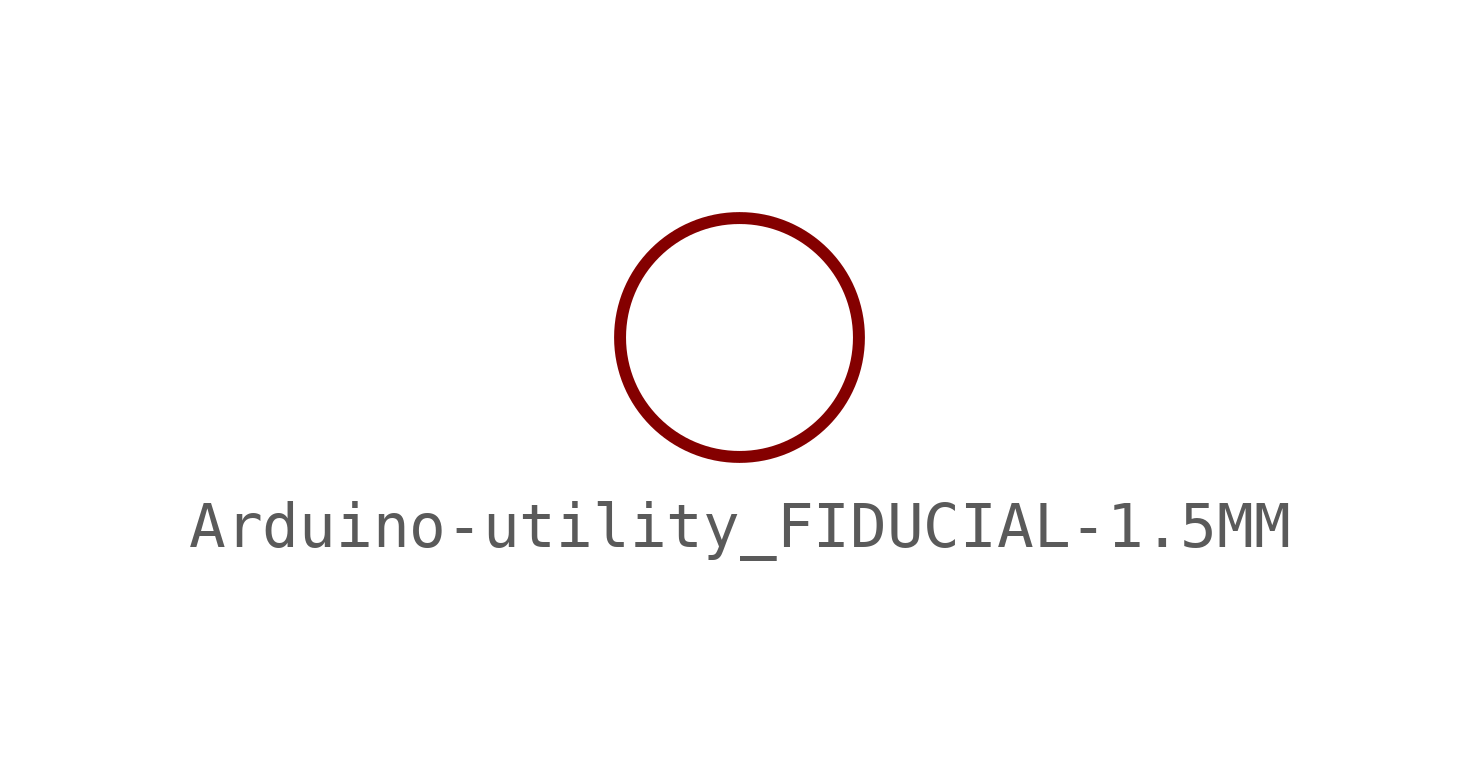
<source format=kicad_sym>
(kicad_symbol_lib
  (version 20241209)
  (generator "kicad_symbol_editor")
  (generator_version "9.0")
  (symbol "Arduino-utility_FIDUCIAL-1.5MM"
    (property "Reference" "FD"
      (at 0 0 0)
      (effects (font (size 1.27 1.27)) (hide yes)))
    (property "ki_locked" ""
      (at 0 0 0)
      (effects (font (size 1.27 1.27))))
    (symbol "Arduino-utility_FIDUCIAL-1.5MM_1_0"
      (circle (center 0 0) (radius 2.54) (stroke (width 0.254) (type solid)) (fill (type none))))))
</source>
